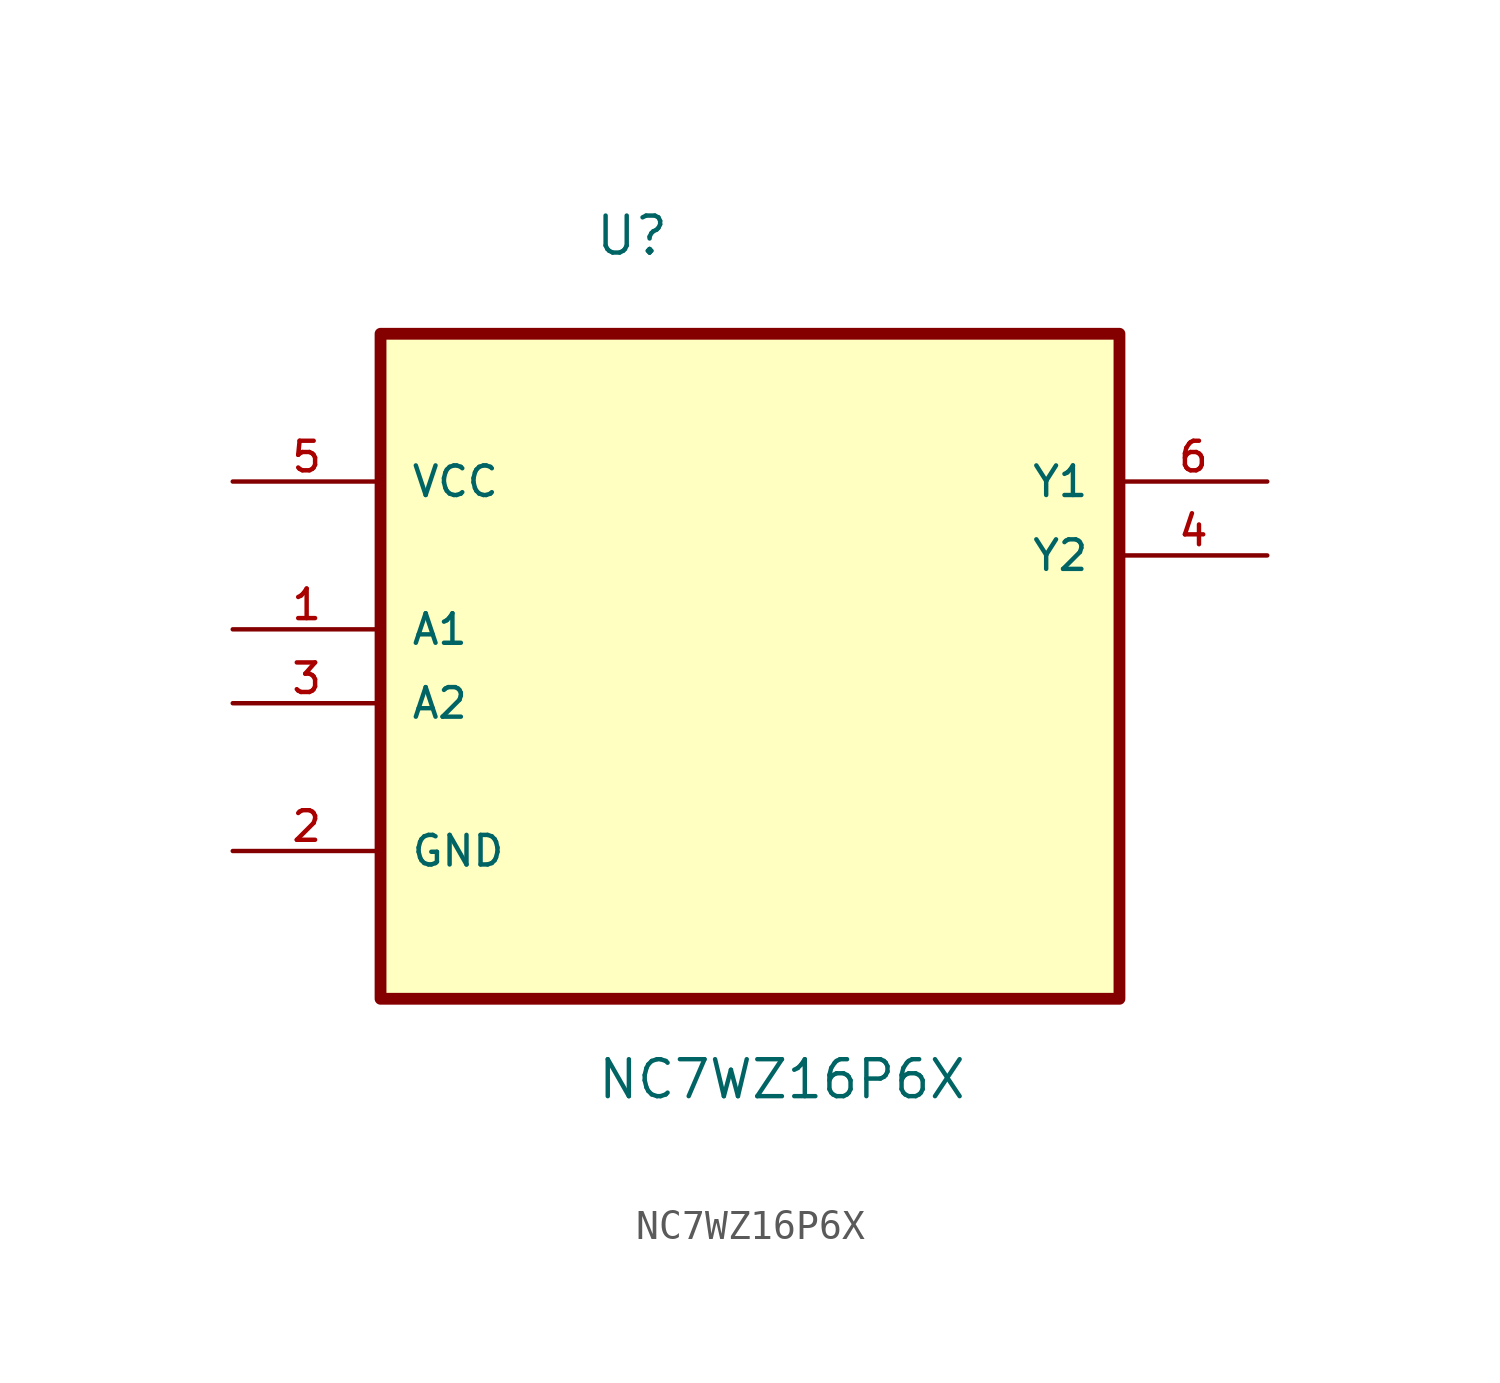
<source format=kicad_sym>
(kicad_symbol_lib
  (version 20211014)
  (generator kicad_symbol_editor)
  (symbol "NC7WZ16P6X"
    (pin_names
      (offset 1.016))
    (property "Reference" "U"
      (at -5.366 10.249 0.0)
      (effects (font (size 1.27 1.27)) (justify bottom left)))
    (property "Value" "NC7WZ16P6X"
      (at -5.292 -18.75 0.0)
      (effects (font (size 1.27 1.27)) (justify bottom left)))
    (symbol "NC7WZ16P6X_0_0"
      (rectangle (start -12.7 -15.24) (end 12.7 7.62) (stroke (width 0.406)) (fill (type background)))
      (pin power_in line (at -17.78 2.54 0) (length 5.08) (name "VCC" (effects (font (size 1.016 1.016)))) (number "5" (effects (font (size 1.016 1.016)))))
      (pin input line (at -17.78 -2.54 0) (length 5.08) (name "A1" (effects (font (size 1.016 1.016)))) (number "1" (effects (font (size 1.016 1.016)))))
      (pin input line (at -17.78 -5.08 0) (length 5.08) (name "A2" (effects (font (size 1.016 1.016)))) (number "3" (effects (font (size 1.016 1.016)))))
      (pin passive line (at -17.78 -10.16 0) (length 5.08) (name "GND" (effects (font (size 1.016 1.016)))) (number "2" (effects (font (size 1.016 1.016)))))
      (pin output line (at 17.78 2.54 180.0) (length 5.08) (name "Y1" (effects (font (size 1.016 1.016)))) (number "6" (effects (font (size 1.016 1.016)))))
      (pin output line (at 17.78 0.0 180.0) (length 5.08) (name "Y2" (effects (font (size 1.016 1.016)))) (number "4" (effects (font (size 1.016 1.016))))))))
</source>
